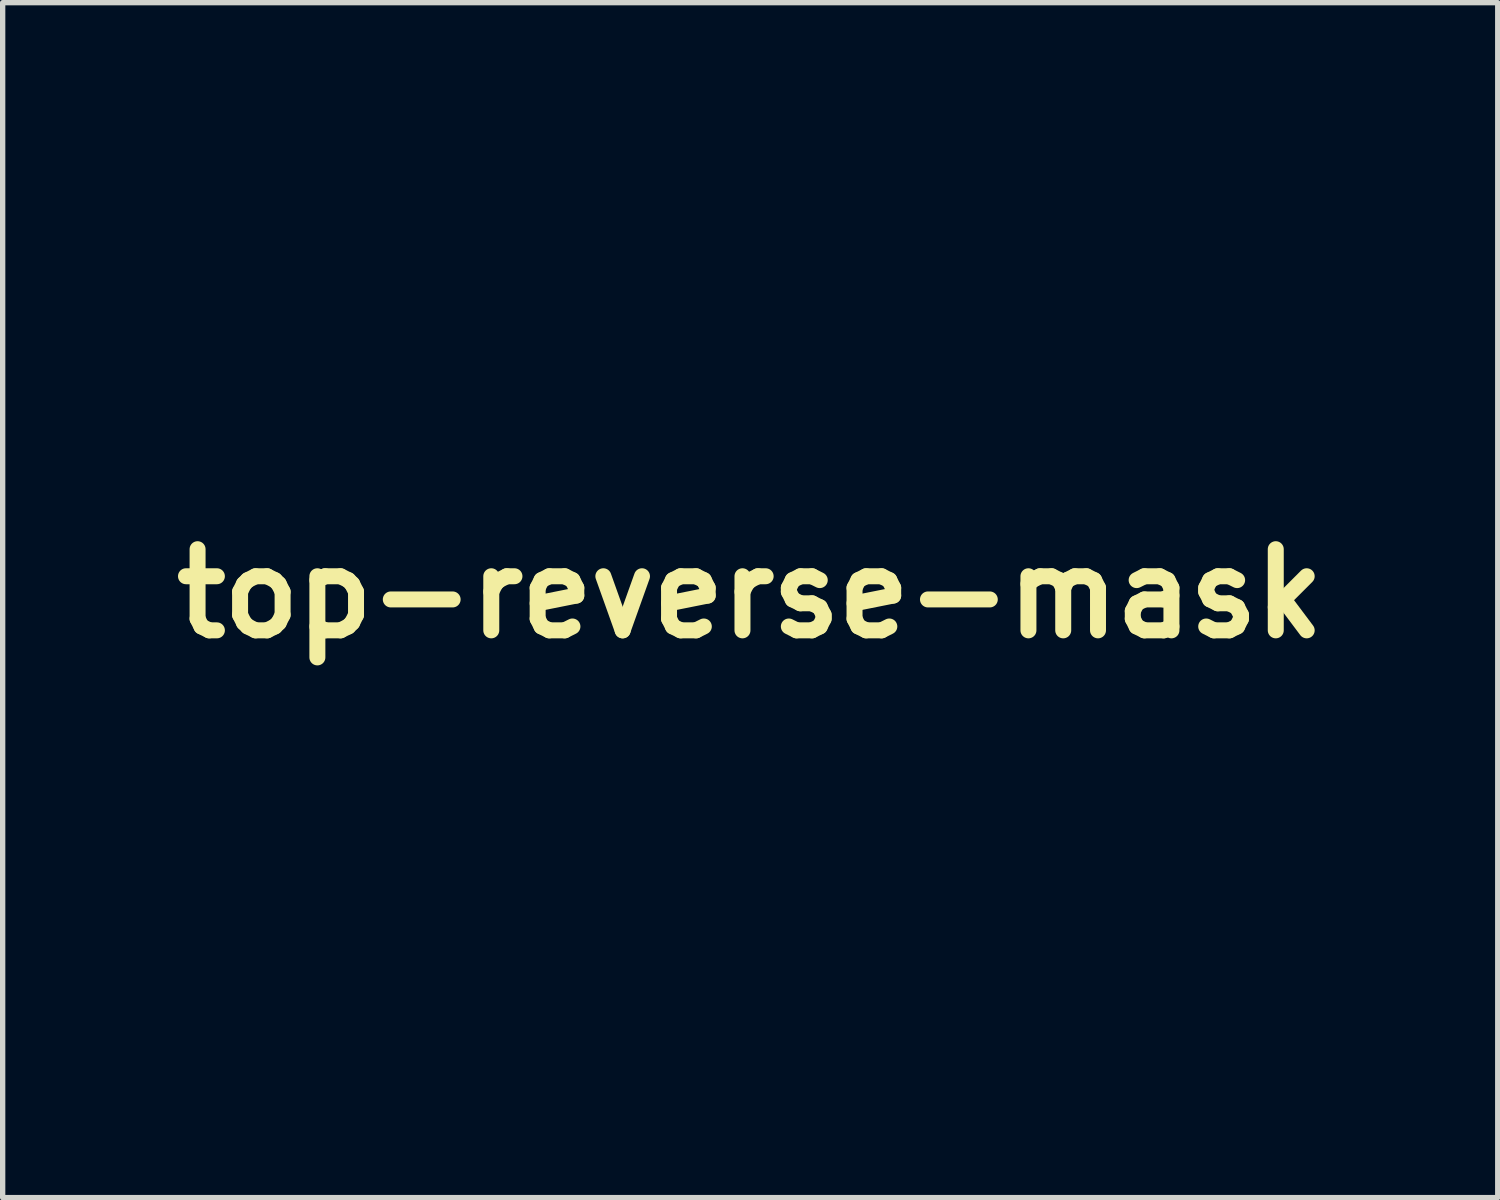
<source format=kicad_pcb>
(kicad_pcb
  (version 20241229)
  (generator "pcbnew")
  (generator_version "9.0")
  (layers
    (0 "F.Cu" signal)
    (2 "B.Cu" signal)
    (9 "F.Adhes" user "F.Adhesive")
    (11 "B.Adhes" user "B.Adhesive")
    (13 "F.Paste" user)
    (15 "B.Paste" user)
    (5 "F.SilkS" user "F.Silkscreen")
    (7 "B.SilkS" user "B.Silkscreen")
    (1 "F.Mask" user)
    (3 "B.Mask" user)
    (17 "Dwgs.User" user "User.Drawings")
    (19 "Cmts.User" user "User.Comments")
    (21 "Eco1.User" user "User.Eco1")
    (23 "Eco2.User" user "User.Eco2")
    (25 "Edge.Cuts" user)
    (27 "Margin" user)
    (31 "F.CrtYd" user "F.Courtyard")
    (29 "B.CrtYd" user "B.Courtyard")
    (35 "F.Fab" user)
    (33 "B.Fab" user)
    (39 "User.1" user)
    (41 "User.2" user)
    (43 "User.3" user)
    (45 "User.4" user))
  (footprint "top-reverse-mask"
    (layer "F.Cu")
    (at 11.038 8.098)
    (property "Reference" "top-reverse-mask" (at 0 0 0) (layer "F.SilkS") (effects (font (size 1.524 1.524) (thickness 0.3))))
    (attr through_hole)
    (fp_poly (pts (xy 1.785 7.983) (xy 1.841 8.067) (xy 1.825 8.176) (xy 1.755 8.273) (xy 1.659 8.334) (xy 1.565 8.337) (xy 1.533 8.317) (xy 1.501 8.225) (xy 1.514 8.104) (xy 1.567 8.007) (xy 1.573 8.002) (xy 1.682 7.958) (xy 1.785 7.983)) (stroke (width 0.01) (type solid)) (fill yes) (layer "F.Mask"))
    (fp_poly (pts (xy -2.752 -8.085) (xy -2.772 -8.012) (xy -2.782 -7.927) (xy -2.723 -7.899) (xy -2.691 -7.898) (xy -2.615 -7.894) (xy -2.62 -7.874) (xy -2.706 -7.825) (xy -2.838 -7.713) (xy -2.915 -7.543) (xy -2.941 -7.304) (xy -2.931 -7.088) (xy -2.912 -6.91) (xy -2.892 -6.775) (xy -2.876 -6.71) (xy -2.875 -6.708) (xy -2.824 -6.717) (xy -2.775 -6.75) (xy -2.704 -6.794) (xy -2.678 -6.794) (xy -2.683 -6.741) (xy -2.716 -6.617) (xy -2.768 -6.444) (xy -2.791 -6.375) (xy -2.878 -6.139) (xy -2.954 -6.001) (xy -3.027 -5.959) (xy -3.105 -6.012) (xy -3.197 -6.16) (xy -3.276 -6.324) (xy -3.357 -6.51) (xy -3.417 -6.667) (xy -3.448 -6.77) (xy -3.45 -6.786) (xy -3.441 -6.837) (xy -3.4 -6.818) (xy -3.357 -6.781) (xy -3.304 -6.74) (xy -3.272 -6.749) (xy -3.253 -6.826) (xy -3.236 -6.972) (xy -3.205 -7.156) (xy -3.159 -7.321) (xy -3.13 -7.386) (xy -3.067 -7.528) (xy -3.009 -7.7) (xy -3.002 -7.73) (xy -2.943 -7.885) (xy -2.863 -8.01) (xy -2.844 -8.03) (xy -2.769 -8.093) (xy -2.752 -8.085)) (stroke (width 0.01) (type solid)) (fill yes) (layer "F.Mask")))
  (gr_rect
    (start -3 -3)
    (end 25.076 19.44)
    (stroke (width 0.1) (type default))
    (fill no)
    (layer "Edge.Cuts")))
</source>
